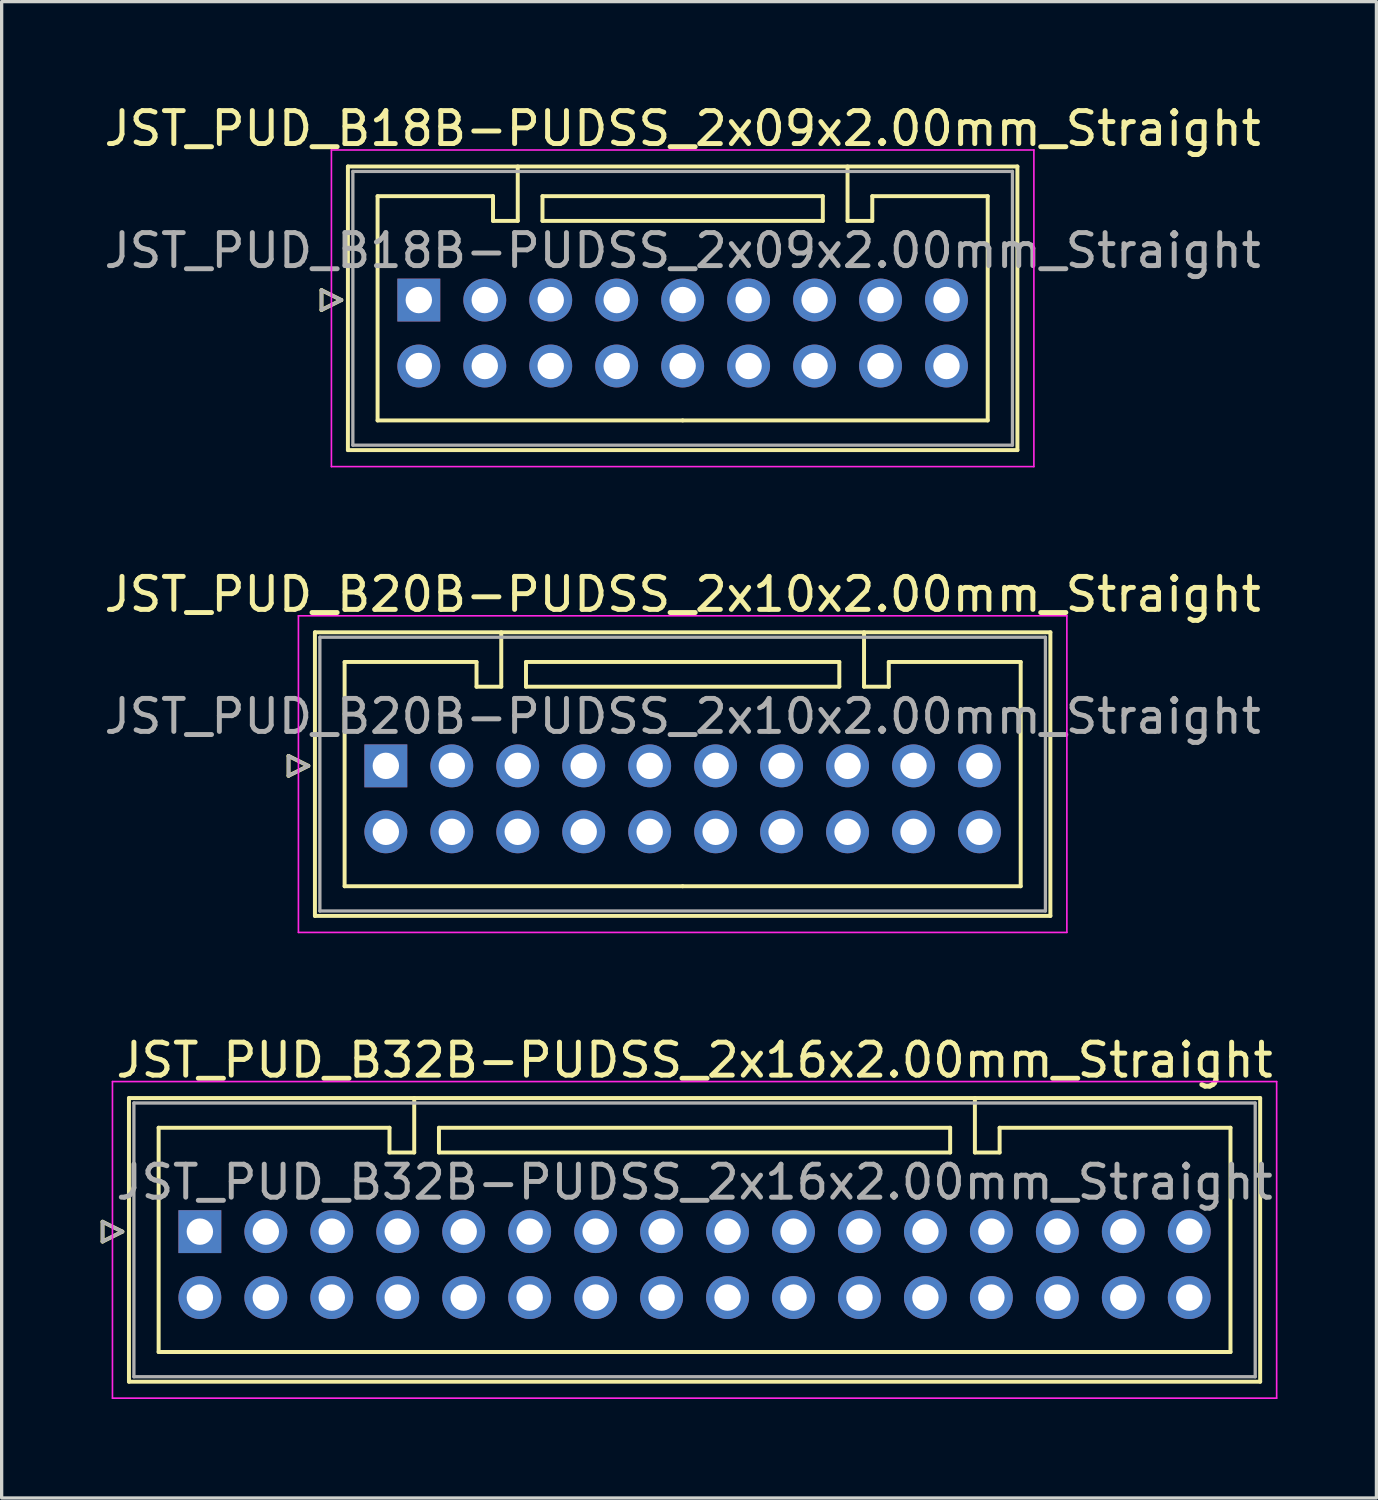
<source format=kicad_pcb>
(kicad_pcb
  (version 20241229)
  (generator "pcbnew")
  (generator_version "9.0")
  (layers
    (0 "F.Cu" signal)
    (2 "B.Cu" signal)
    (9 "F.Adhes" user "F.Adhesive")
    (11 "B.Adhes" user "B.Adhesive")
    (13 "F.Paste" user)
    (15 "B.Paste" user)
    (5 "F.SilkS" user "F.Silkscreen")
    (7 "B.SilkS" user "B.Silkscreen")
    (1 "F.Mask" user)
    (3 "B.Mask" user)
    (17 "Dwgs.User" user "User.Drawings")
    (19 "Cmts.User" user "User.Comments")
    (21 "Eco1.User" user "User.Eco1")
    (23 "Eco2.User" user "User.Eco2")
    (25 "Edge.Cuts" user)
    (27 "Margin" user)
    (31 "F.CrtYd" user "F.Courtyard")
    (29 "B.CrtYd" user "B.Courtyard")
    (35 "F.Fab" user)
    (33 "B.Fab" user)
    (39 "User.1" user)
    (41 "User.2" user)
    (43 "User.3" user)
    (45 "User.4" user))
  (footprint "JST_PUD_B18B-PUDSS_2x09x2.00mm_Straight"
    (layer "F.Cu")
    (at 9.649 6.048)
    (property "Reference" "JST_PUD_B18B-PUDSS_2x09x2.00mm_Straight" (at 8 -5.2 0) (layer "F.SilkS") (effects (font (size 1 1) (thickness 0.15))))
    (attr through_hole)
    (fp_line (start -2.95 -0.3) (end -2.35 0) (stroke (width 0.12) (type solid)) (layer "F.SilkS"))
    (fp_line (start -2.95 0.3) (end -2.95 -0.3) (stroke (width 0.12) (type solid)) (layer "F.SilkS"))
    (fp_line (start -2.35 0) (end -2.95 0.3) (stroke (width 0.12) (type solid)) (layer "F.SilkS"))
    (fp_line (start -2.15 -4.05) (end -2.15 4.55) (stroke (width 0.12) (type solid)) (layer "F.SilkS"))
    (fp_line (start -2.15 4.55) (end 18.15 4.55) (stroke (width 0.12) (type solid)) (layer "F.SilkS"))
    (fp_line (start -1.25 -3.15) (end -1.25 3.65) (stroke (width 0.12) (type solid)) (layer "F.SilkS"))
    (fp_line (start -1.25 3.65) (end 8 3.65) (stroke (width 0.12) (type solid)) (layer "F.SilkS"))
    (fp_line (start 2.25 -3.15) (end -1.25 -3.15) (stroke (width 0.12) (type solid)) (layer "F.SilkS"))
    (fp_line (start 2.25 -2.4) (end 2.25 -3.15) (stroke (width 0.12) (type solid)) (layer "F.SilkS"))
    (fp_line (start 3 -4.05) (end 3 -2.4) (stroke (width 0.12) (type solid)) (layer "F.SilkS"))
    (fp_line (start 3 -2.4) (end 2.25 -2.4) (stroke (width 0.12) (type solid)) (layer "F.SilkS"))
    (fp_line (start 3.75 -3.15) (end 3.75 -2.4) (stroke (width 0.12) (type solid)) (layer "F.SilkS"))
    (fp_line (start 3.75 -2.4) (end 12.25 -2.4) (stroke (width 0.12) (type solid)) (layer "F.SilkS"))
    (fp_line (start 12.25 -3.15) (end 3.75 -3.15) (stroke (width 0.12) (type solid)) (layer "F.SilkS"))
    (fp_line (start 12.25 -2.4) (end 12.25 -3.15) (stroke (width 0.12) (type solid)) (layer "F.SilkS"))
    (fp_line (start 13 -4.05) (end 13 -2.4) (stroke (width 0.12) (type solid)) (layer "F.SilkS"))
    (fp_line (start 13 -2.4) (end 13.75 -2.4) (stroke (width 0.12) (type solid)) (layer "F.SilkS"))
    (fp_line (start 13.75 -3.15) (end 17.25 -3.15) (stroke (width 0.12) (type solid)) (layer "F.SilkS"))
    (fp_line (start 13.75 -2.4) (end 13.75 -3.15) (stroke (width 0.12) (type solid)) (layer "F.SilkS"))
    (fp_line (start 17.25 -3.15) (end 17.25 3.65) (stroke (width 0.12) (type solid)) (layer "F.SilkS"))
    (fp_line (start 17.25 3.65) (end 8 3.65) (stroke (width 0.12) (type solid)) (layer "F.SilkS"))
    (fp_line (start 18.15 -4.05) (end -2.15 -4.05) (stroke (width 0.12) (type solid)) (layer "F.SilkS"))
    (fp_line (start 18.15 4.55) (end 18.15 -4.05) (stroke (width 0.12) (type solid)) (layer "F.SilkS"))
    (fp_line (start -2.65 -4.55) (end -2.65 5.05) (stroke (width 0.05) (type solid)) (layer "F.CrtYd"))
    (fp_line (start -2.65 5.05) (end 18.65 5.05) (stroke (width 0.05) (type solid)) (layer "F.CrtYd"))
    (fp_line (start 18.65 -4.55) (end -2.65 -4.55) (stroke (width 0.05) (type solid)) (layer "F.CrtYd"))
    (fp_line (start 18.65 5.05) (end 18.65 -4.55) (stroke (width 0.05) (type solid)) (layer "F.CrtYd"))
    (fp_line (start -2.95 -0.3) (end -2.35 0) (stroke (width 0.1) (type solid)) (layer "F.Fab"))
    (fp_line (start -2.95 0.3) (end -2.95 -0.3) (stroke (width 0.1) (type solid)) (layer "F.Fab"))
    (fp_line (start -2.35 0) (end -2.95 0.3) (stroke (width 0.1) (type solid)) (layer "F.Fab"))
    (fp_line (start -2 -3.9) (end -2 4.4) (stroke (width 0.1) (type solid)) (layer "F.Fab"))
    (fp_line (start -2 4.4) (end 18 4.4) (stroke (width 0.1) (type solid)) (layer "F.Fab"))
    (fp_line (start 18 -3.9) (end -2 -3.9) (stroke (width 0.1) (type solid)) (layer "F.Fab"))
    (fp_line (start 18 4.4) (end 18 -3.9) (stroke (width 0.1) (type solid)) (layer "F.Fab"))
    (fp_text user "${REFERENCE}" (at 8 -1.5 0) (layer "F.Fab") (effects (font (size 1 1) (thickness 0.15))))
    (pad "1" thru_hole rect (at 0 0) (size 1.3 1.3) (drill 0.8) (layers "*.Cu" "*.Mask"))
    (pad "2" thru_hole circle (at 0 2) (size 1.3 1.3) (drill 0.8) (layers "*.Cu" "*.Mask"))
    (pad "3" thru_hole circle (at 2 0) (size 1.3 1.3) (drill 0.8) (layers "*.Cu" "*.Mask"))
    (pad "4" thru_hole circle (at 2 2) (size 1.3 1.3) (drill 0.8) (layers "*.Cu" "*.Mask"))
    (pad "5" thru_hole circle (at 4 0) (size 1.3 1.3) (drill 0.8) (layers "*.Cu" "*.Mask"))
    (pad "6" thru_hole circle (at 4 2) (size 1.3 1.3) (drill 0.8) (layers "*.Cu" "*.Mask"))
    (pad "7" thru_hole circle (at 6 0) (size 1.3 1.3) (drill 0.8) (layers "*.Cu" "*.Mask"))
    (pad "8" thru_hole circle (at 6 2) (size 1.3 1.3) (drill 0.8) (layers "*.Cu" "*.Mask"))
    (pad "9" thru_hole circle (at 8 0) (size 1.3 1.3) (drill 0.8) (layers "*.Cu" "*.Mask"))
    (pad "10" thru_hole circle (at 8 2) (size 1.3 1.3) (drill 0.8) (layers "*.Cu" "*.Mask"))
    (pad "11" thru_hole circle (at 10 0) (size 1.3 1.3) (drill 0.8) (layers "*.Cu" "*.Mask"))
    (pad "12" thru_hole circle (at 10 2) (size 1.3 1.3) (drill 0.8) (layers "*.Cu" "*.Mask"))
    (pad "13" thru_hole circle (at 12 0) (size 1.3 1.3) (drill 0.8) (layers "*.Cu" "*.Mask"))
    (pad "14" thru_hole circle (at 12 2) (size 1.3 1.3) (drill 0.8) (layers "*.Cu" "*.Mask"))
    (pad "15" thru_hole circle (at 14 0) (size 1.3 1.3) (drill 0.8) (layers "*.Cu" "*.Mask"))
    (pad "16" thru_hole circle (at 14 2) (size 1.3 1.3) (drill 0.8) (layers "*.Cu" "*.Mask"))
    (pad "17" thru_hole circle (at 16 0) (size 1.3 1.3) (drill 0.8) (layers "*.Cu" "*.Mask"))
    (pad "18" thru_hole circle (at 16 2) (size 1.3 1.3) (drill 0.8) (layers "*.Cu" "*.Mask")))
  (footprint "JST_PUD_B32B-PUDSS_2x16x2.00mm_Straight"
    (layer "F.Cu")
    (at 3.01 34.295)
    (property "Reference" "JST_PUD_B32B-PUDSS_2x16x2.00mm_Straight" (at 15 -5.2 0) (layer "F.SilkS") (effects (font (size 1 1) (thickness 0.15))))
    (attr through_hole)
    (fp_line (start -2.95 -0.3) (end -2.35 0) (stroke (width 0.12) (type solid)) (layer "F.SilkS"))
    (fp_line (start -2.95 0.3) (end -2.95 -0.3) (stroke (width 0.12) (type solid)) (layer "F.SilkS"))
    (fp_line (start -2.35 0) (end -2.95 0.3) (stroke (width 0.12) (type solid)) (layer "F.SilkS"))
    (fp_line (start -2.15 -4.05) (end -2.15 4.55) (stroke (width 0.12) (type solid)) (layer "F.SilkS"))
    (fp_line (start -2.15 4.55) (end 32.15 4.55) (stroke (width 0.12) (type solid)) (layer "F.SilkS"))
    (fp_line (start -1.25 -3.15) (end -1.25 3.65) (stroke (width 0.12) (type solid)) (layer "F.SilkS"))
    (fp_line (start -1.25 3.65) (end 15 3.65) (stroke (width 0.12) (type solid)) (layer "F.SilkS"))
    (fp_line (start 5.75 -3.15) (end -1.25 -3.15) (stroke (width 0.12) (type solid)) (layer "F.SilkS"))
    (fp_line (start 5.75 -2.4) (end 5.75 -3.15) (stroke (width 0.12) (type solid)) (layer "F.SilkS"))
    (fp_line (start 6.5 -4.05) (end 6.5 -2.4) (stroke (width 0.12) (type solid)) (layer "F.SilkS"))
    (fp_line (start 6.5 -2.4) (end 5.75 -2.4) (stroke (width 0.12) (type solid)) (layer "F.SilkS"))
    (fp_line (start 7.25 -3.15) (end 7.25 -2.4) (stroke (width 0.12) (type solid)) (layer "F.SilkS"))
    (fp_line (start 7.25 -2.4) (end 22.75 -2.4) (stroke (width 0.12) (type solid)) (layer "F.SilkS"))
    (fp_line (start 22.75 -3.15) (end 7.25 -3.15) (stroke (width 0.12) (type solid)) (layer "F.SilkS"))
    (fp_line (start 22.75 -2.4) (end 22.75 -3.15) (stroke (width 0.12) (type solid)) (layer "F.SilkS"))
    (fp_line (start 23.5 -4.05) (end 23.5 -2.4) (stroke (width 0.12) (type solid)) (layer "F.SilkS"))
    (fp_line (start 23.5 -2.4) (end 24.25 -2.4) (stroke (width 0.12) (type solid)) (layer "F.SilkS"))
    (fp_line (start 24.25 -3.15) (end 31.25 -3.15) (stroke (width 0.12) (type solid)) (layer "F.SilkS"))
    (fp_line (start 24.25 -2.4) (end 24.25 -3.15) (stroke (width 0.12) (type solid)) (layer "F.SilkS"))
    (fp_line (start 31.25 -3.15) (end 31.25 3.65) (stroke (width 0.12) (type solid)) (layer "F.SilkS"))
    (fp_line (start 31.25 3.65) (end 15 3.65) (stroke (width 0.12) (type solid)) (layer "F.SilkS"))
    (fp_line (start 32.15 -4.05) (end -2.15 -4.05) (stroke (width 0.12) (type solid)) (layer "F.SilkS"))
    (fp_line (start 32.15 4.55) (end 32.15 -4.05) (stroke (width 0.12) (type solid)) (layer "F.SilkS"))
    (fp_line (start -2.65 -4.55) (end -2.65 5.05) (stroke (width 0.05) (type solid)) (layer "F.CrtYd"))
    (fp_line (start -2.65 5.05) (end 32.65 5.05) (stroke (width 0.05) (type solid)) (layer "F.CrtYd"))
    (fp_line (start 32.65 -4.55) (end -2.65 -4.55) (stroke (width 0.05) (type solid)) (layer "F.CrtYd"))
    (fp_line (start 32.65 5.05) (end 32.65 -4.55) (stroke (width 0.05) (type solid)) (layer "F.CrtYd"))
    (fp_line (start -2.95 -0.3) (end -2.35 0) (stroke (width 0.1) (type solid)) (layer "F.Fab"))
    (fp_line (start -2.95 0.3) (end -2.95 -0.3) (stroke (width 0.1) (type solid)) (layer "F.Fab"))
    (fp_line (start -2.35 0) (end -2.95 0.3) (stroke (width 0.1) (type solid)) (layer "F.Fab"))
    (fp_line (start -2 -3.9) (end -2 4.4) (stroke (width 0.1) (type solid)) (layer "F.Fab"))
    (fp_line (start -2 4.4) (end 32 4.4) (stroke (width 0.1) (type solid)) (layer "F.Fab"))
    (fp_line (start 32 -3.9) (end -2 -3.9) (stroke (width 0.1) (type solid)) (layer "F.Fab"))
    (fp_line (start 32 4.4) (end 32 -3.9) (stroke (width 0.1) (type solid)) (layer "F.Fab"))
    (fp_text user "${REFERENCE}" (at 15 -1.5 0) (layer "F.Fab") (effects (font (size 1 1) (thickness 0.15))))
    (pad "1" thru_hole rect (at 0 0) (size 1.3 1.3) (drill 0.8) (layers "*.Cu" "*.Mask"))
    (pad "2" thru_hole circle (at 0 2) (size 1.3 1.3) (drill 0.8) (layers "*.Cu" "*.Mask"))
    (pad "3" thru_hole circle (at 2 0) (size 1.3 1.3) (drill 0.8) (layers "*.Cu" "*.Mask"))
    (pad "4" thru_hole circle (at 2 2) (size 1.3 1.3) (drill 0.8) (layers "*.Cu" "*.Mask"))
    (pad "5" thru_hole circle (at 4 0) (size 1.3 1.3) (drill 0.8) (layers "*.Cu" "*.Mask"))
    (pad "6" thru_hole circle (at 4 2) (size 1.3 1.3) (drill 0.8) (layers "*.Cu" "*.Mask"))
    (pad "7" thru_hole circle (at 6 0) (size 1.3 1.3) (drill 0.8) (layers "*.Cu" "*.Mask"))
    (pad "8" thru_hole circle (at 6 2) (size 1.3 1.3) (drill 0.8) (layers "*.Cu" "*.Mask"))
    (pad "9" thru_hole circle (at 8 0) (size 1.3 1.3) (drill 0.8) (layers "*.Cu" "*.Mask"))
    (pad "10" thru_hole circle (at 8 2) (size 1.3 1.3) (drill 0.8) (layers "*.Cu" "*.Mask"))
    (pad "11" thru_hole circle (at 10 0) (size 1.3 1.3) (drill 0.8) (layers "*.Cu" "*.Mask"))
    (pad "12" thru_hole circle (at 10 2) (size 1.3 1.3) (drill 0.8) (layers "*.Cu" "*.Mask"))
    (pad "13" thru_hole circle (at 12 0) (size 1.3 1.3) (drill 0.8) (layers "*.Cu" "*.Mask"))
    (pad "14" thru_hole circle (at 12 2) (size 1.3 1.3) (drill 0.8) (layers "*.Cu" "*.Mask"))
    (pad "15" thru_hole circle (at 14 0) (size 1.3 1.3) (drill 0.8) (layers "*.Cu" "*.Mask"))
    (pad "16" thru_hole circle (at 14 2) (size 1.3 1.3) (drill 0.8) (layers "*.Cu" "*.Mask"))
    (pad "17" thru_hole circle (at 16 0) (size 1.3 1.3) (drill 0.8) (layers "*.Cu" "*.Mask"))
    (pad "18" thru_hole circle (at 16 2) (size 1.3 1.3) (drill 0.8) (layers "*.Cu" "*.Mask"))
    (pad "19" thru_hole circle (at 18 0) (size 1.3 1.3) (drill 0.8) (layers "*.Cu" "*.Mask"))
    (pad "20" thru_hole circle (at 18 2) (size 1.3 1.3) (drill 0.8) (layers "*.Cu" "*.Mask"))
    (pad "21" thru_hole circle (at 20 0) (size 1.3 1.3) (drill 0.8) (layers "*.Cu" "*.Mask"))
    (pad "22" thru_hole circle (at 20 2) (size 1.3 1.3) (drill 0.8) (layers "*.Cu" "*.Mask"))
    (pad "23" thru_hole circle (at 22 0) (size 1.3 1.3) (drill 0.8) (layers "*.Cu" "*.Mask"))
    (pad "24" thru_hole circle (at 22 2) (size 1.3 1.3) (drill 0.8) (layers "*.Cu" "*.Mask"))
    (pad "25" thru_hole circle (at 24 0) (size 1.3 1.3) (drill 0.8) (layers "*.Cu" "*.Mask"))
    (pad "26" thru_hole circle (at 24 2) (size 1.3 1.3) (drill 0.8) (layers "*.Cu" "*.Mask"))
    (pad "27" thru_hole circle (at 26 0) (size 1.3 1.3) (drill 0.8) (layers "*.Cu" "*.Mask"))
    (pad "28" thru_hole circle (at 26 2) (size 1.3 1.3) (drill 0.8) (layers "*.Cu" "*.Mask"))
    (pad "29" thru_hole circle (at 28 0) (size 1.3 1.3) (drill 0.8) (layers "*.Cu" "*.Mask"))
    (pad "30" thru_hole circle (at 28 2) (size 1.3 1.3) (drill 0.8) (layers "*.Cu" "*.Mask"))
    (pad "31" thru_hole circle (at 30 0) (size 1.3 1.3) (drill 0.8) (layers "*.Cu" "*.Mask"))
    (pad "32" thru_hole circle (at 30 2) (size 1.3 1.3) (drill 0.8) (layers "*.Cu" "*.Mask")))
  (footprint "JST_PUD_B20B-PUDSS_2x10x2.00mm_Straight"
    (layer "F.Cu")
    (at 8.649 20.172)
    (property "Reference" "JST_PUD_B20B-PUDSS_2x10x2.00mm_Straight" (at 9 -5.2 0) (layer "F.SilkS") (effects (font (size 1 1) (thickness 0.15))))
    (attr through_hole)
    (fp_line (start -2.95 -0.3) (end -2.35 0) (stroke (width 0.12) (type solid)) (layer "F.SilkS"))
    (fp_line (start -2.95 0.3) (end -2.95 -0.3) (stroke (width 0.12) (type solid)) (layer "F.SilkS"))
    (fp_line (start -2.35 0) (end -2.95 0.3) (stroke (width 0.12) (type solid)) (layer "F.SilkS"))
    (fp_line (start -2.15 -4.05) (end -2.15 4.55) (stroke (width 0.12) (type solid)) (layer "F.SilkS"))
    (fp_line (start -2.15 4.55) (end 20.15 4.55) (stroke (width 0.12) (type solid)) (layer "F.SilkS"))
    (fp_line (start -1.25 -3.15) (end -1.25 3.65) (stroke (width 0.12) (type solid)) (layer "F.SilkS"))
    (fp_line (start -1.25 3.65) (end 9 3.65) (stroke (width 0.12) (type solid)) (layer "F.SilkS"))
    (fp_line (start 2.75 -3.15) (end -1.25 -3.15) (stroke (width 0.12) (type solid)) (layer "F.SilkS"))
    (fp_line (start 2.75 -2.4) (end 2.75 -3.15) (stroke (width 0.12) (type solid)) (layer "F.SilkS"))
    (fp_line (start 3.5 -4.05) (end 3.5 -2.4) (stroke (width 0.12) (type solid)) (layer "F.SilkS"))
    (fp_line (start 3.5 -2.4) (end 2.75 -2.4) (stroke (width 0.12) (type solid)) (layer "F.SilkS"))
    (fp_line (start 4.25 -3.15) (end 4.25 -2.4) (stroke (width 0.12) (type solid)) (layer "F.SilkS"))
    (fp_line (start 4.25 -2.4) (end 13.75 -2.4) (stroke (width 0.12) (type solid)) (layer "F.SilkS"))
    (fp_line (start 13.75 -3.15) (end 4.25 -3.15) (stroke (width 0.12) (type solid)) (layer "F.SilkS"))
    (fp_line (start 13.75 -2.4) (end 13.75 -3.15) (stroke (width 0.12) (type solid)) (layer "F.SilkS"))
    (fp_line (start 14.5 -4.05) (end 14.5 -2.4) (stroke (width 0.12) (type solid)) (layer "F.SilkS"))
    (fp_line (start 14.5 -2.4) (end 15.25 -2.4) (stroke (width 0.12) (type solid)) (layer "F.SilkS"))
    (fp_line (start 15.25 -3.15) (end 19.25 -3.15) (stroke (width 0.12) (type solid)) (layer "F.SilkS"))
    (fp_line (start 15.25 -2.4) (end 15.25 -3.15) (stroke (width 0.12) (type solid)) (layer "F.SilkS"))
    (fp_line (start 19.25 -3.15) (end 19.25 3.65) (stroke (width 0.12) (type solid)) (layer "F.SilkS"))
    (fp_line (start 19.25 3.65) (end 9 3.65) (stroke (width 0.12) (type solid)) (layer "F.SilkS"))
    (fp_line (start 20.15 -4.05) (end -2.15 -4.05) (stroke (width 0.12) (type solid)) (layer "F.SilkS"))
    (fp_line (start 20.15 4.55) (end 20.15 -4.05) (stroke (width 0.12) (type solid)) (layer "F.SilkS"))
    (fp_line (start -2.65 -4.55) (end -2.65 5.05) (stroke (width 0.05) (type solid)) (layer "F.CrtYd"))
    (fp_line (start -2.65 5.05) (end 20.65 5.05) (stroke (width 0.05) (type solid)) (layer "F.CrtYd"))
    (fp_line (start 20.65 -4.55) (end -2.65 -4.55) (stroke (width 0.05) (type solid)) (layer "F.CrtYd"))
    (fp_line (start 20.65 5.05) (end 20.65 -4.55) (stroke (width 0.05) (type solid)) (layer "F.CrtYd"))
    (fp_line (start -2.95 -0.3) (end -2.35 0) (stroke (width 0.1) (type solid)) (layer "F.Fab"))
    (fp_line (start -2.95 0.3) (end -2.95 -0.3) (stroke (width 0.1) (type solid)) (layer "F.Fab"))
    (fp_line (start -2.35 0) (end -2.95 0.3) (stroke (width 0.1) (type solid)) (layer "F.Fab"))
    (fp_line (start -2 -3.9) (end -2 4.4) (stroke (width 0.1) (type solid)) (layer "F.Fab"))
    (fp_line (start -2 4.4) (end 20 4.4) (stroke (width 0.1) (type solid)) (layer "F.Fab"))
    (fp_line (start 20 -3.9) (end -2 -3.9) (stroke (width 0.1) (type solid)) (layer "F.Fab"))
    (fp_line (start 20 4.4) (end 20 -3.9) (stroke (width 0.1) (type solid)) (layer "F.Fab"))
    (fp_text user "${REFERENCE}" (at 9 -1.5 0) (layer "F.Fab") (effects (font (size 1 1) (thickness 0.15))))
    (pad "1" thru_hole rect (at 0 0) (size 1.3 1.3) (drill 0.8) (layers "*.Cu" "*.Mask"))
    (pad "2" thru_hole circle (at 0 2) (size 1.3 1.3) (drill 0.8) (layers "*.Cu" "*.Mask"))
    (pad "3" thru_hole circle (at 2 0) (size 1.3 1.3) (drill 0.8) (layers "*.Cu" "*.Mask"))
    (pad "4" thru_hole circle (at 2 2) (size 1.3 1.3) (drill 0.8) (layers "*.Cu" "*.Mask"))
    (pad "5" thru_hole circle (at 4 0) (size 1.3 1.3) (drill 0.8) (layers "*.Cu" "*.Mask"))
    (pad "6" thru_hole circle (at 4 2) (size 1.3 1.3) (drill 0.8) (layers "*.Cu" "*.Mask"))
    (pad "7" thru_hole circle (at 6 0) (size 1.3 1.3) (drill 0.8) (layers "*.Cu" "*.Mask"))
    (pad "8" thru_hole circle (at 6 2) (size 1.3 1.3) (drill 0.8) (layers "*.Cu" "*.Mask"))
    (pad "9" thru_hole circle (at 8 0) (size 1.3 1.3) (drill 0.8) (layers "*.Cu" "*.Mask"))
    (pad "10" thru_hole circle (at 8 2) (size 1.3 1.3) (drill 0.8) (layers "*.Cu" "*.Mask"))
    (pad "11" thru_hole circle (at 10 0) (size 1.3 1.3) (drill 0.8) (layers "*.Cu" "*.Mask"))
    (pad "12" thru_hole circle (at 10 2) (size 1.3 1.3) (drill 0.8) (layers "*.Cu" "*.Mask"))
    (pad "13" thru_hole circle (at 12 0) (size 1.3 1.3) (drill 0.8) (layers "*.Cu" "*.Mask"))
    (pad "14" thru_hole circle (at 12 2) (size 1.3 1.3) (drill 0.8) (layers "*.Cu" "*.Mask"))
    (pad "15" thru_hole circle (at 14 0) (size 1.3 1.3) (drill 0.8) (layers "*.Cu" "*.Mask"))
    (pad "16" thru_hole circle (at 14 2) (size 1.3 1.3) (drill 0.8) (layers "*.Cu" "*.Mask"))
    (pad "17" thru_hole circle (at 16 0) (size 1.3 1.3) (drill 0.8) (layers "*.Cu" "*.Mask"))
    (pad "18" thru_hole circle (at 16 2) (size 1.3 1.3) (drill 0.8) (layers "*.Cu" "*.Mask"))
    (pad "19" thru_hole circle (at 18 0) (size 1.3 1.3) (drill 0.8) (layers "*.Cu" "*.Mask"))
    (pad "20" thru_hole circle (at 18 2) (size 1.3 1.3) (drill 0.8) (layers "*.Cu" "*.Mask")))
  (gr_rect
    (start -3 -3)
    (end 38.685 42.37)
    (stroke (width 0.1) (type default))
    (fill no)
    (layer "Edge.Cuts")))
</source>
